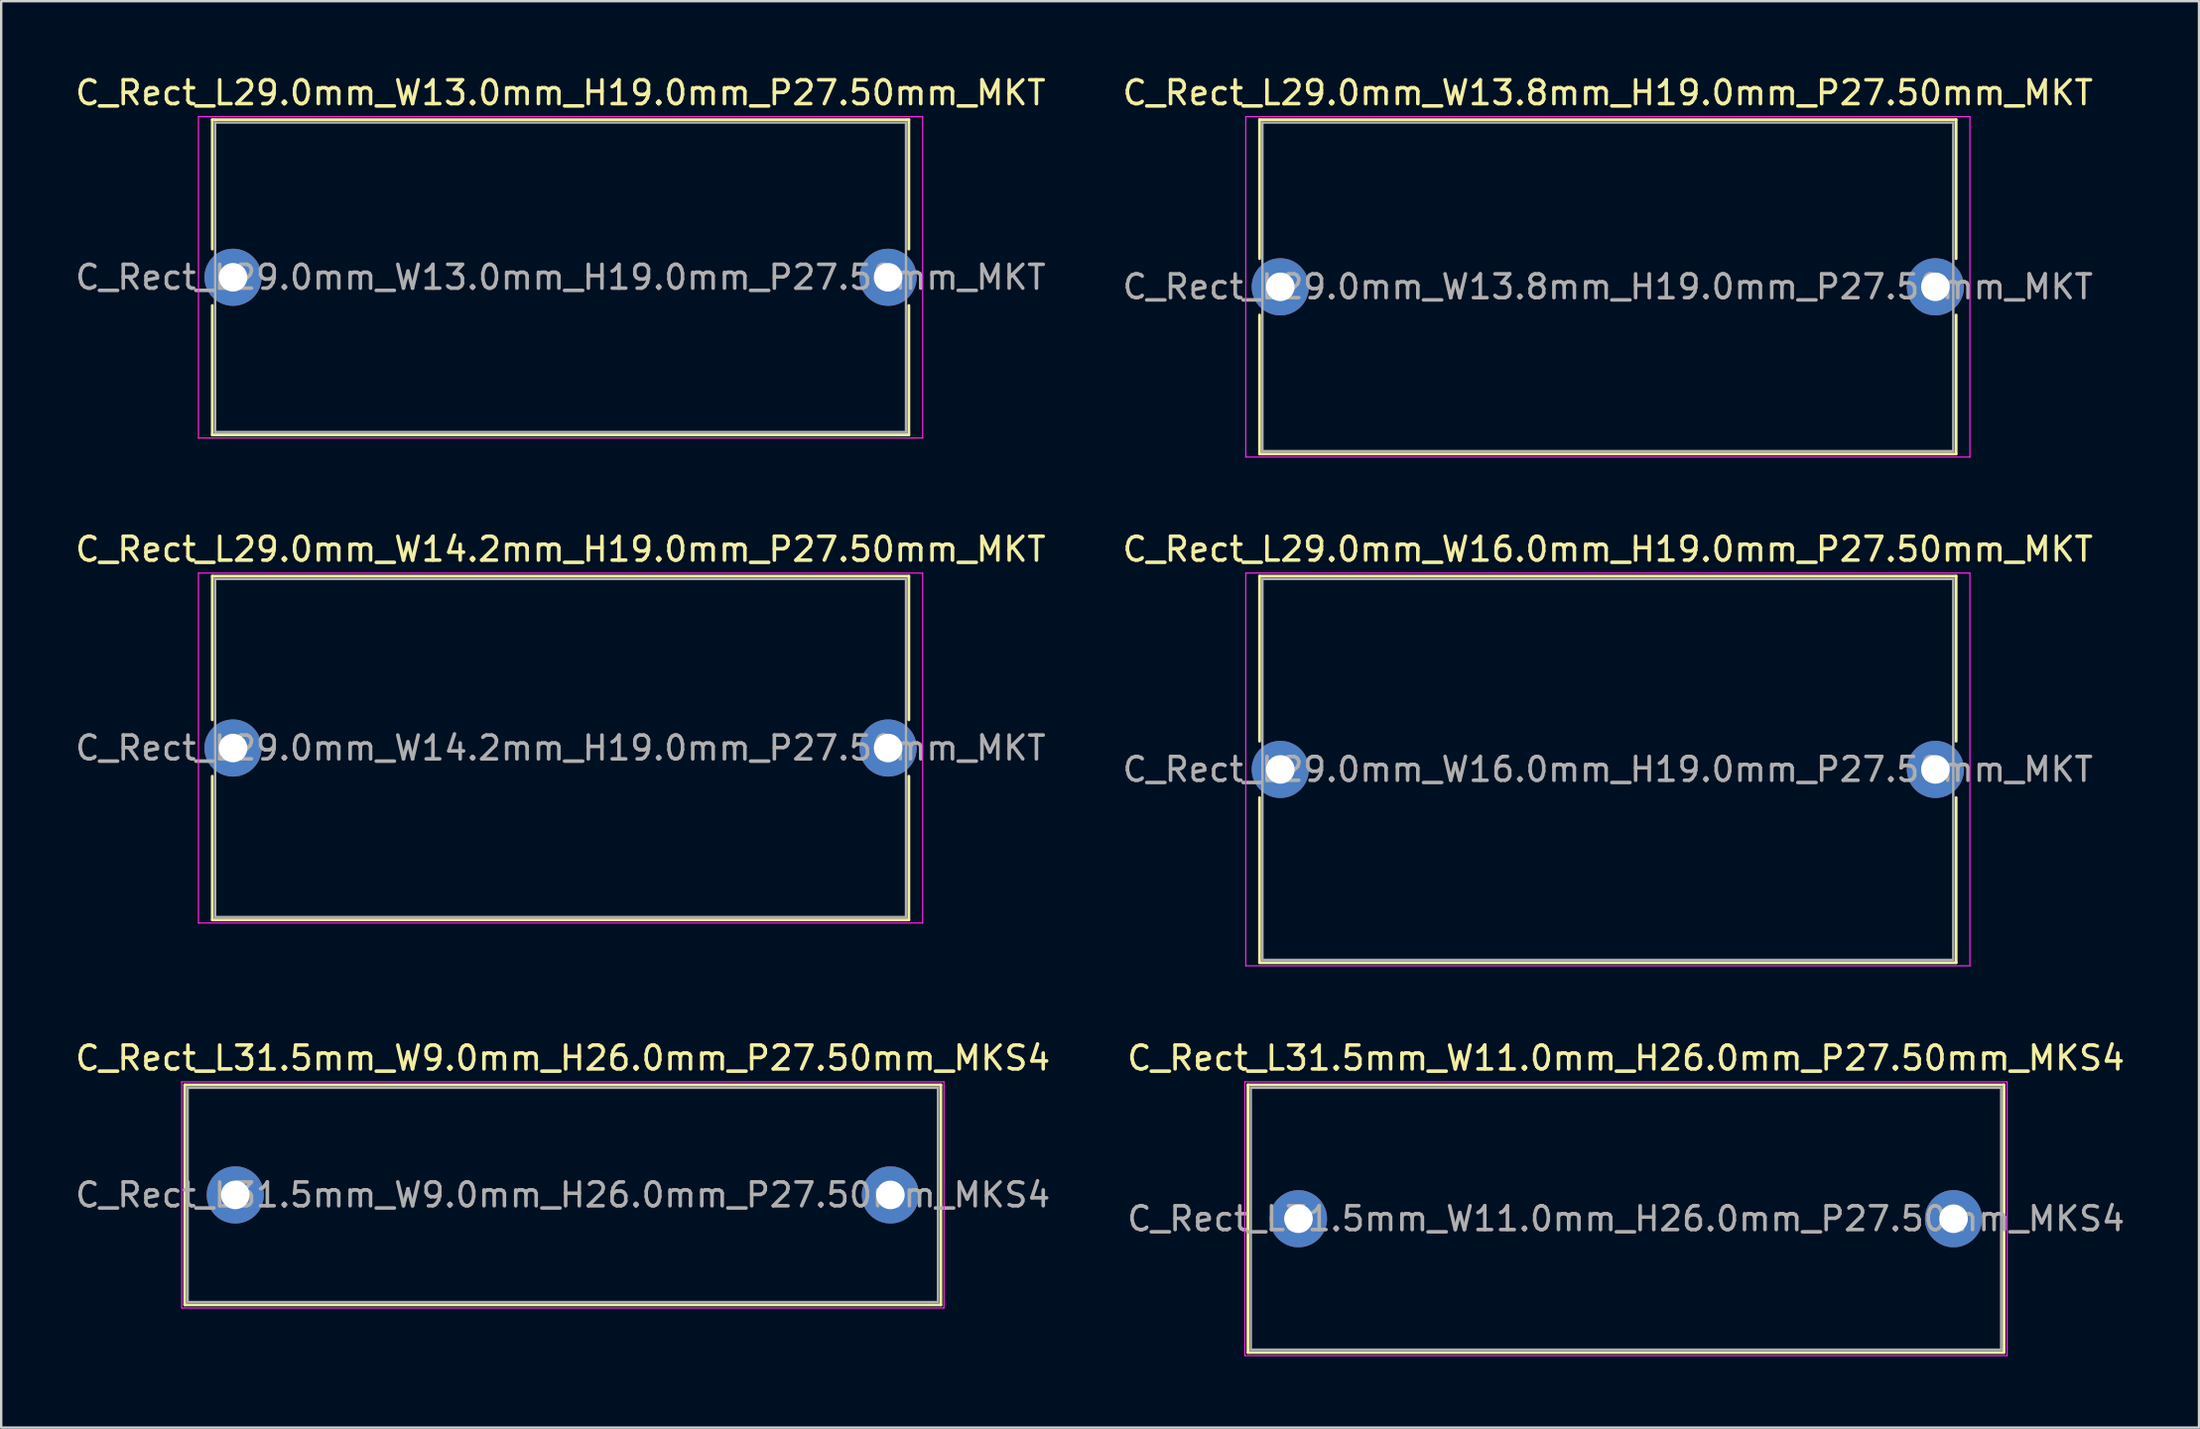
<source format=kicad_pcb>
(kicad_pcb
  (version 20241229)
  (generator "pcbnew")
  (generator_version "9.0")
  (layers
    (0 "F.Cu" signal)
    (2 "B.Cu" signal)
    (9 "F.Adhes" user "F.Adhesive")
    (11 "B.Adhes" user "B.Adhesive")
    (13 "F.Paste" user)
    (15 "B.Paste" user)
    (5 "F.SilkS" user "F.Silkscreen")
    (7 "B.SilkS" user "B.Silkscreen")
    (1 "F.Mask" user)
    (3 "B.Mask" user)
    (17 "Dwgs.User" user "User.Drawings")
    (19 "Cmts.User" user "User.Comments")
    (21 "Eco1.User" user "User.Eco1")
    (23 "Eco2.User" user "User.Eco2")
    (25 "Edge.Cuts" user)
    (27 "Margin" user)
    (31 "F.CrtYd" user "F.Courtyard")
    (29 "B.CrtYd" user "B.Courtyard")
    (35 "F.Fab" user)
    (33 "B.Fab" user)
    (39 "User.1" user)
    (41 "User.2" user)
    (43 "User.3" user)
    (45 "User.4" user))
  (footprint "C_Rect_L31.5mm_W9.0mm_H26.0mm_P27.50mm_MKS4"
    (layer "F.Cu")
    (at 6.827 47.145)
    (property "Reference" "C_Rect_L31.5mm_W9.0mm_H26.0mm_P27.50mm_MKS4" (at 13.75 -5.75 0) (layer "F.SilkS") (effects (font (size 1 1) (thickness 0.15))))
    (attr through_hole)
    (fp_line (start -2.12 -4.62) (end -2.12 4.62) (stroke (width 0.12) (type solid)) (layer "F.SilkS"))
    (fp_line (start -2.12 -4.62) (end 29.62 -4.62) (stroke (width 0.12) (type solid)) (layer "F.SilkS"))
    (fp_line (start -2.12 4.62) (end 29.62 4.62) (stroke (width 0.12) (type solid)) (layer "F.SilkS"))
    (fp_line (start 29.62 -4.62) (end 29.62 4.62) (stroke (width 0.12) (type solid)) (layer "F.SilkS"))
    (fp_line (start -2.25 -4.75) (end -2.25 4.75) (stroke (width 0.05) (type solid)) (layer "F.CrtYd"))
    (fp_line (start -2.25 4.75) (end 29.75 4.75) (stroke (width 0.05) (type solid)) (layer "F.CrtYd"))
    (fp_line (start 29.75 -4.75) (end -2.25 -4.75) (stroke (width 0.05) (type solid)) (layer "F.CrtYd"))
    (fp_line (start 29.75 4.75) (end 29.75 -4.75) (stroke (width 0.05) (type solid)) (layer "F.CrtYd"))
    (fp_line (start -2 -4.5) (end -2 4.5) (stroke (width 0.1) (type solid)) (layer "F.Fab"))
    (fp_line (start -2 4.5) (end 29.5 4.5) (stroke (width 0.1) (type solid)) (layer "F.Fab"))
    (fp_line (start 29.5 -4.5) (end -2 -4.5) (stroke (width 0.1) (type solid)) (layer "F.Fab"))
    (fp_line (start 29.5 4.5) (end 29.5 -4.5) (stroke (width 0.1) (type solid)) (layer "F.Fab"))
    (fp_text user "${REFERENCE}" (at 13.75 0 0) (layer "F.Fab") (effects (font (size 1 1) (thickness 0.15))))
    (pad "1" thru_hole circle (at 0 0) (size 2.4 2.4) (drill 1.2) (layers "*.Cu" "*.Mask"))
    (pad "2" thru_hole circle (at 27.5 0) (size 2.4 2.4) (drill 1.2) (layers "*.Cu" "*.Mask")))
  (footprint "C_Rect_L29.0mm_W13.8mm_H19.0mm_P27.50mm_MKT"
    (layer "F.Cu")
    (at 50.696 8.998)
    (property "Reference" "C_Rect_L29.0mm_W13.8mm_H19.0mm_P27.50mm_MKT" (at 13.75 -8.15 0) (layer "F.SilkS") (effects (font (size 1 1) (thickness 0.15))))
    (attr through_hole)
    (fp_line (start -0.87 -7.02) (end -0.87 -1.185) (stroke (width 0.12) (type solid)) (layer "F.SilkS"))
    (fp_line (start -0.87 -7.02) (end 28.37 -7.02) (stroke (width 0.12) (type solid)) (layer "F.SilkS"))
    (fp_line (start -0.87 1.185) (end -0.87 7.02) (stroke (width 0.12) (type solid)) (layer "F.SilkS"))
    (fp_line (start -0.87 7.02) (end 28.37 7.02) (stroke (width 0.12) (type solid)) (layer "F.SilkS"))
    (fp_line (start 28.37 -7.02) (end 28.37 -1.185) (stroke (width 0.12) (type solid)) (layer "F.SilkS"))
    (fp_line (start 28.37 1.185) (end 28.37 7.02) (stroke (width 0.12) (type solid)) (layer "F.SilkS"))
    (fp_line (start -1.45 -7.15) (end -1.45 7.15) (stroke (width 0.05) (type solid)) (layer "F.CrtYd"))
    (fp_line (start -1.45 7.15) (end 28.95 7.15) (stroke (width 0.05) (type solid)) (layer "F.CrtYd"))
    (fp_line (start 28.95 -7.15) (end -1.45 -7.15) (stroke (width 0.05) (type solid)) (layer "F.CrtYd"))
    (fp_line (start 28.95 7.15) (end 28.95 -7.15) (stroke (width 0.05) (type solid)) (layer "F.CrtYd"))
    (fp_line (start -0.75 -6.9) (end -0.75 6.9) (stroke (width 0.1) (type solid)) (layer "F.Fab"))
    (fp_line (start -0.75 6.9) (end 28.25 6.9) (stroke (width 0.1) (type solid)) (layer "F.Fab"))
    (fp_line (start 28.25 -6.9) (end -0.75 -6.9) (stroke (width 0.1) (type solid)) (layer "F.Fab"))
    (fp_line (start 28.25 6.9) (end 28.25 -6.9) (stroke (width 0.1) (type solid)) (layer "F.Fab"))
    (fp_text user "${REFERENCE}" (at 13.75 0 0) (layer "F.Fab") (effects (font (size 1 1) (thickness 0.15))))
    (pad "1" thru_hole circle (at 0 0) (size 2.4 2.4) (drill 1.2) (layers "*.Cu" "*.Mask"))
    (pad "2" thru_hole circle (at 27.5 0) (size 2.4 2.4) (drill 1.2) (layers "*.Cu" "*.Mask")))
  (footprint "C_Rect_L29.0mm_W13.0mm_H19.0mm_P27.50mm_MKT"
    (layer "F.Cu")
    (at 6.732 8.598)
    (property "Reference" "C_Rect_L29.0mm_W13.0mm_H19.0mm_P27.50mm_MKT" (at 13.75 -7.75 0) (layer "F.SilkS") (effects (font (size 1 1) (thickness 0.15))))
    (attr through_hole)
    (fp_line (start -0.87 -6.62) (end -0.87 -1.185) (stroke (width 0.12) (type solid)) (layer "F.SilkS"))
    (fp_line (start -0.87 -6.62) (end 28.37 -6.62) (stroke (width 0.12) (type solid)) (layer "F.SilkS"))
    (fp_line (start -0.87 1.185) (end -0.87 6.62) (stroke (width 0.12) (type solid)) (layer "F.SilkS"))
    (fp_line (start -0.87 6.62) (end 28.37 6.62) (stroke (width 0.12) (type solid)) (layer "F.SilkS"))
    (fp_line (start 28.37 -6.62) (end 28.37 -1.185) (stroke (width 0.12) (type solid)) (layer "F.SilkS"))
    (fp_line (start 28.37 1.185) (end 28.37 6.62) (stroke (width 0.12) (type solid)) (layer "F.SilkS"))
    (fp_line (start -1.45 -6.75) (end -1.45 6.75) (stroke (width 0.05) (type solid)) (layer "F.CrtYd"))
    (fp_line (start -1.45 6.75) (end 28.95 6.75) (stroke (width 0.05) (type solid)) (layer "F.CrtYd"))
    (fp_line (start 28.95 -6.75) (end -1.45 -6.75) (stroke (width 0.05) (type solid)) (layer "F.CrtYd"))
    (fp_line (start 28.95 6.75) (end 28.95 -6.75) (stroke (width 0.05) (type solid)) (layer "F.CrtYd"))
    (fp_line (start -0.75 -6.5) (end -0.75 6.5) (stroke (width 0.1) (type solid)) (layer "F.Fab"))
    (fp_line (start -0.75 6.5) (end 28.25 6.5) (stroke (width 0.1) (type solid)) (layer "F.Fab"))
    (fp_line (start 28.25 -6.5) (end -0.75 -6.5) (stroke (width 0.1) (type solid)) (layer "F.Fab"))
    (fp_line (start 28.25 6.5) (end 28.25 -6.5) (stroke (width 0.1) (type solid)) (layer "F.Fab"))
    (fp_text user "${REFERENCE}" (at 13.75 0 0) (layer "F.Fab") (effects (font (size 1 1) (thickness 0.15))))
    (pad "1" thru_hole circle (at 0 0) (size 2.4 2.4) (drill 1.2) (layers "*.Cu" "*.Mask"))
    (pad "2" thru_hole circle (at 27.5 0) (size 2.4 2.4) (drill 1.2) (layers "*.Cu" "*.Mask")))
  (footprint "C_Rect_L29.0mm_W14.2mm_H19.0mm_P27.50mm_MKT"
    (layer "F.Cu")
    (at 6.732 28.372)
    (property "Reference" "C_Rect_L29.0mm_W14.2mm_H19.0mm_P27.50mm_MKT" (at 13.75 -8.35 0) (layer "F.SilkS") (effects (font (size 1 1) (thickness 0.15))))
    (attr through_hole)
    (fp_line (start -0.87 -7.22) (end -0.87 -1.185) (stroke (width 0.12) (type solid)) (layer "F.SilkS"))
    (fp_line (start -0.87 -7.22) (end 28.37 -7.22) (stroke (width 0.12) (type solid)) (layer "F.SilkS"))
    (fp_line (start -0.87 1.185) (end -0.87 7.22) (stroke (width 0.12) (type solid)) (layer "F.SilkS"))
    (fp_line (start -0.87 7.22) (end 28.37 7.22) (stroke (width 0.12) (type solid)) (layer "F.SilkS"))
    (fp_line (start 28.37 -7.22) (end 28.37 -1.185) (stroke (width 0.12) (type solid)) (layer "F.SilkS"))
    (fp_line (start 28.37 1.185) (end 28.37 7.22) (stroke (width 0.12) (type solid)) (layer "F.SilkS"))
    (fp_line (start -1.45 -7.35) (end -1.45 7.35) (stroke (width 0.05) (type solid)) (layer "F.CrtYd"))
    (fp_line (start -1.45 7.35) (end 28.95 7.35) (stroke (width 0.05) (type solid)) (layer "F.CrtYd"))
    (fp_line (start 28.95 -7.35) (end -1.45 -7.35) (stroke (width 0.05) (type solid)) (layer "F.CrtYd"))
    (fp_line (start 28.95 7.35) (end 28.95 -7.35) (stroke (width 0.05) (type solid)) (layer "F.CrtYd"))
    (fp_line (start -0.75 -7.1) (end -0.75 7.1) (stroke (width 0.1) (type solid)) (layer "F.Fab"))
    (fp_line (start -0.75 7.1) (end 28.25 7.1) (stroke (width 0.1) (type solid)) (layer "F.Fab"))
    (fp_line (start 28.25 -7.1) (end -0.75 -7.1) (stroke (width 0.1) (type solid)) (layer "F.Fab"))
    (fp_line (start 28.25 7.1) (end 28.25 -7.1) (stroke (width 0.1) (type solid)) (layer "F.Fab"))
    (fp_text user "${REFERENCE}" (at 13.75 0 0) (layer "F.Fab") (effects (font (size 1 1) (thickness 0.15))))
    (pad "1" thru_hole circle (at 0 0) (size 2.4 2.4) (drill 1.2) (layers "*.Cu" "*.Mask"))
    (pad "2" thru_hole circle (at 27.5 0) (size 2.4 2.4) (drill 1.2) (layers "*.Cu" "*.Mask")))
  (footprint "C_Rect_L31.5mm_W11.0mm_H26.0mm_P27.50mm_MKS4"
    (layer "F.Cu")
    (at 51.458 48.145)
    (property "Reference" "C_Rect_L31.5mm_W11.0mm_H26.0mm_P27.50mm_MKS4" (at 13.75 -6.75 0) (layer "F.SilkS") (effects (font (size 1 1) (thickness 0.15))))
    (attr through_hole)
    (fp_line (start -2.12 -5.62) (end -2.12 5.62) (stroke (width 0.12) (type solid)) (layer "F.SilkS"))
    (fp_line (start -2.12 -5.62) (end 29.62 -5.62) (stroke (width 0.12) (type solid)) (layer "F.SilkS"))
    (fp_line (start -2.12 5.62) (end 29.62 5.62) (stroke (width 0.12) (type solid)) (layer "F.SilkS"))
    (fp_line (start 29.62 -5.62) (end 29.62 5.62) (stroke (width 0.12) (type solid)) (layer "F.SilkS"))
    (fp_line (start -2.25 -5.75) (end -2.25 5.75) (stroke (width 0.05) (type solid)) (layer "F.CrtYd"))
    (fp_line (start -2.25 5.75) (end 29.75 5.75) (stroke (width 0.05) (type solid)) (layer "F.CrtYd"))
    (fp_line (start 29.75 -5.75) (end -2.25 -5.75) (stroke (width 0.05) (type solid)) (layer "F.CrtYd"))
    (fp_line (start 29.75 5.75) (end 29.75 -5.75) (stroke (width 0.05) (type solid)) (layer "F.CrtYd"))
    (fp_line (start -2 -5.5) (end -2 5.5) (stroke (width 0.1) (type solid)) (layer "F.Fab"))
    (fp_line (start -2 5.5) (end 29.5 5.5) (stroke (width 0.1) (type solid)) (layer "F.Fab"))
    (fp_line (start 29.5 -5.5) (end -2 -5.5) (stroke (width 0.1) (type solid)) (layer "F.Fab"))
    (fp_line (start 29.5 5.5) (end 29.5 -5.5) (stroke (width 0.1) (type solid)) (layer "F.Fab"))
    (fp_text user "${REFERENCE}" (at 13.75 0 0) (layer "F.Fab") (effects (font (size 1 1) (thickness 0.15))))
    (pad "1" thru_hole circle (at 0 0) (size 2.4 2.4) (drill 1.2) (layers "*.Cu" "*.Mask"))
    (pad "2" thru_hole circle (at 27.5 0) (size 2.4 2.4) (drill 1.2) (layers "*.Cu" "*.Mask")))
  (footprint "C_Rect_L29.0mm_W16.0mm_H19.0mm_P27.50mm_MKT"
    (layer "F.Cu")
    (at 50.696 29.271)
    (property "Reference" "C_Rect_L29.0mm_W16.0mm_H19.0mm_P27.50mm_MKT" (at 13.75 -9.25 0) (layer "F.SilkS") (effects (font (size 1 1) (thickness 0.15))))
    (attr through_hole)
    (fp_line (start -0.87 -8.12) (end -0.87 -1.185) (stroke (width 0.12) (type solid)) (layer "F.SilkS"))
    (fp_line (start -0.87 -8.12) (end 28.37 -8.12) (stroke (width 0.12) (type solid)) (layer "F.SilkS"))
    (fp_line (start -0.87 1.185) (end -0.87 8.12) (stroke (width 0.12) (type solid)) (layer "F.SilkS"))
    (fp_line (start -0.87 8.12) (end 28.37 8.12) (stroke (width 0.12) (type solid)) (layer "F.SilkS"))
    (fp_line (start 28.37 -8.12) (end 28.37 -1.185) (stroke (width 0.12) (type solid)) (layer "F.SilkS"))
    (fp_line (start 28.37 1.185) (end 28.37 8.12) (stroke (width 0.12) (type solid)) (layer "F.SilkS"))
    (fp_line (start -1.45 -8.25) (end -1.45 8.25) (stroke (width 0.05) (type solid)) (layer "F.CrtYd"))
    (fp_line (start -1.45 8.25) (end 28.95 8.25) (stroke (width 0.05) (type solid)) (layer "F.CrtYd"))
    (fp_line (start 28.95 -8.25) (end -1.45 -8.25) (stroke (width 0.05) (type solid)) (layer "F.CrtYd"))
    (fp_line (start 28.95 8.25) (end 28.95 -8.25) (stroke (width 0.05) (type solid)) (layer "F.CrtYd"))
    (fp_line (start -0.75 -8) (end -0.75 8) (stroke (width 0.1) (type solid)) (layer "F.Fab"))
    (fp_line (start -0.75 8) (end 28.25 8) (stroke (width 0.1) (type solid)) (layer "F.Fab"))
    (fp_line (start 28.25 -8) (end -0.75 -8) (stroke (width 0.1) (type solid)) (layer "F.Fab"))
    (fp_line (start 28.25 8) (end 28.25 -8) (stroke (width 0.1) (type solid)) (layer "F.Fab"))
    (fp_text user "${REFERENCE}" (at 13.75 0 0) (layer "F.Fab") (effects (font (size 1 1) (thickness 0.15))))
    (pad "1" thru_hole circle (at 0 0) (size 2.4 2.4) (drill 1.2) (layers "*.Cu" "*.Mask"))
    (pad "2" thru_hole circle (at 27.5 0) (size 2.4 2.4) (drill 1.2) (layers "*.Cu" "*.Mask")))
  (gr_rect
    (start -3 -3)
    (end 89.262 56.92)
    (stroke (width 0.1) (type default))
    (fill no)
    (layer "Edge.Cuts")))
</source>
